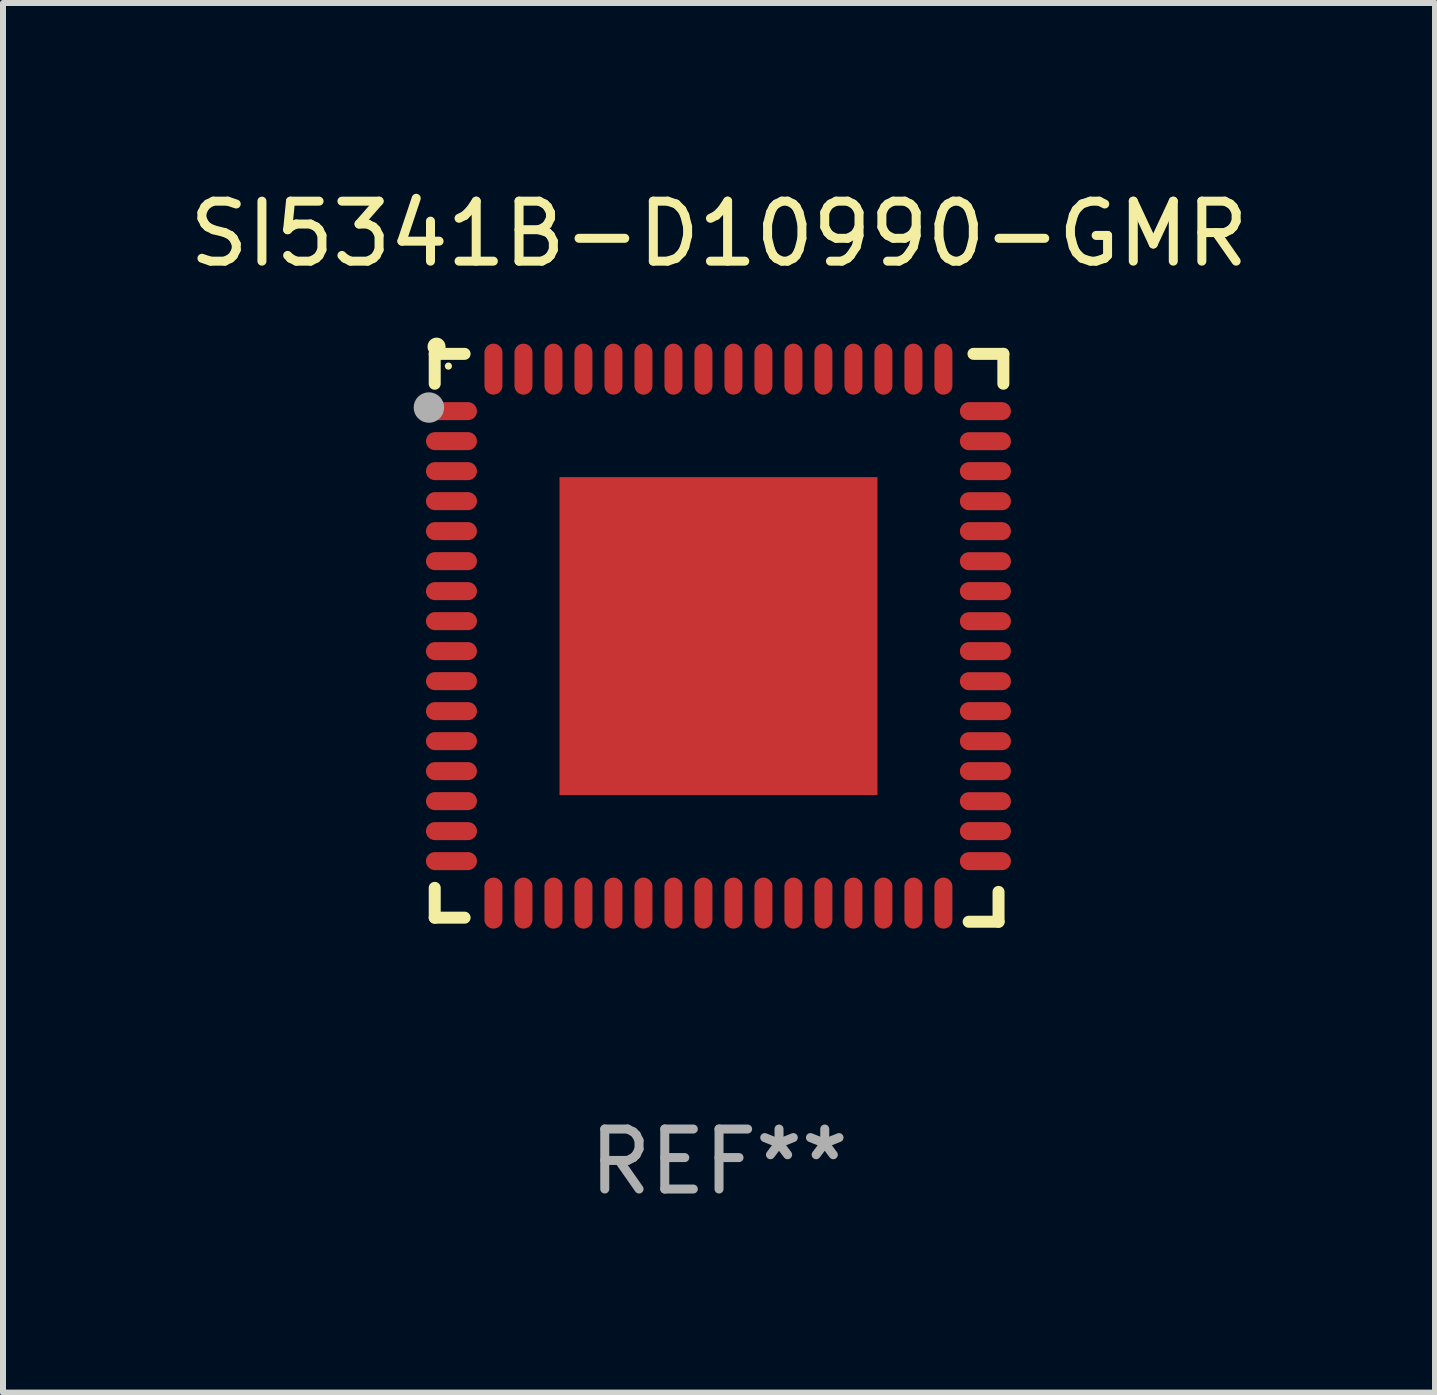
<source format=kicad_pcb>
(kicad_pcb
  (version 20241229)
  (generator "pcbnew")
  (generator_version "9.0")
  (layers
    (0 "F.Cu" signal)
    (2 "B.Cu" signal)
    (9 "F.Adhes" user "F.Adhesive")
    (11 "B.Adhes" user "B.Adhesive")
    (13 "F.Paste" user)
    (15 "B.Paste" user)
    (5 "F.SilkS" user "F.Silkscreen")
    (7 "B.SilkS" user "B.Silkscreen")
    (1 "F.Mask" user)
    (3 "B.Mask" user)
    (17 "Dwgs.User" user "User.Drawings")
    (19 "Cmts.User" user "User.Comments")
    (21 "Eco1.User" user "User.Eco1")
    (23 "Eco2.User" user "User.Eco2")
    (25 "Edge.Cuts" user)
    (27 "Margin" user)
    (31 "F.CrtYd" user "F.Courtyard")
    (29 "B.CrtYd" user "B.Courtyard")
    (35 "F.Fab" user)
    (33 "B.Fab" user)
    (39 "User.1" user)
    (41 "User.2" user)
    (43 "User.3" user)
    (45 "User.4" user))
  (footprint "SI5341B-D10990-GMR"
    (layer "F.Cu")
    (at 8.935 7.581)
    (property "Reference" "SI5341B-D10990-GMR" (at 0 -6.733 0) (layer "F.SilkS") (effects (font (size 1 1) (thickness 0.15))))
    (attr through_hole)
    (fp_line (start -4.739 -4.733) (end -4.241 -4.733) (stroke (width 0.2) (type solid)) (layer "F.SilkS"))
    (fp_line (start -4.739 -4.235) (end -4.739 -4.733) (stroke (width 0.2) (type solid)) (layer "F.SilkS"))
    (fp_line (start -4.739 4.168) (end -4.739 4.665) (stroke (width 0.2) (type solid)) (layer "F.SilkS"))
    (fp_line (start -4.739 4.665) (end -4.241 4.665) (stroke (width 0.2) (type solid)) (layer "F.SilkS"))
    (fp_line (start 4.161 4.733) (end 4.659 4.733) (stroke (width 0.2) (type solid)) (layer "F.SilkS"))
    (fp_line (start 4.241 -4.733) (end 4.739 -4.733) (stroke (width 0.2) (type solid)) (layer "F.SilkS"))
    (fp_line (start 4.659 4.733) (end 4.659 4.235) (stroke (width 0.2) (type solid)) (layer "F.SilkS"))
    (fp_line (start 4.739 -4.733) (end 4.739 -4.235) (stroke (width 0.2) (type solid)) (layer "F.SilkS"))
    (fp_arc (start -4.708623 -4.85108) (mid -4.708628 -4.85235) (end -4.708623 -4.85362) (stroke (width 0.3) (type solid)) (layer "F.SilkS"))
    (fp_circle (center -4.511 -4.529) (end -4.481 -4.529) (stroke (width 0.06) (type solid)) (fill no) (layer "F.SilkS"))
    (fp_circle (center -4.836 -3.838) (end -4.709 -3.838) (stroke (width 0.254) (type solid)) (fill no) (layer "F.Fab"))
    (fp_text user "REF**" (at 0 8.733 0) (layer "F.Fab") (effects (font (size 1 1) (thickness 0.15))))
    (pad "1" smd oval (at -4.46 -3.778) (size 0.85 0.3) (layers "F.Cu" "F.Mask" "F.Paste"))
    (pad "2" smd oval (at -4.46 -3.278) (size 0.85 0.3) (layers "F.Cu" "F.Mask" "F.Paste"))
    (pad "3" smd oval (at -4.46 -2.778) (size 0.85 0.3) (layers "F.Cu" "F.Mask" "F.Paste"))
    (pad "4" smd oval (at -4.46 -2.278) (size 0.85 0.3) (layers "F.Cu" "F.Mask" "F.Paste"))
    (pad "5" smd oval (at -4.46 -1.778) (size 0.85 0.3) (layers "F.Cu" "F.Mask" "F.Paste"))
    (pad "6" smd oval (at -4.46 -1.278) (size 0.85 0.3) (layers "F.Cu" "F.Mask" "F.Paste"))
    (pad "7" smd oval (at -4.46 -0.778) (size 0.85 0.3) (layers "F.Cu" "F.Mask" "F.Paste"))
    (pad "8" smd oval (at -4.46 -0.278) (size 0.85 0.3) (layers "F.Cu" "F.Mask" "F.Paste"))
    (pad "9" smd oval (at -4.46 0.222) (size 0.85 0.3) (layers "F.Cu" "F.Mask" "F.Paste"))
    (pad "10" smd oval (at -4.46 0.722) (size 0.85 0.3) (layers "F.Cu" "F.Mask" "F.Paste"))
    (pad "11" smd oval (at -4.46 1.222) (size 0.85 0.3) (layers "F.Cu" "F.Mask" "F.Paste"))
    (pad "12" smd oval (at -4.46 1.722) (size 0.85 0.3) (layers "F.Cu" "F.Mask" "F.Paste"))
    (pad "13" smd oval (at -4.46 2.222) (size 0.85 0.3) (layers "F.Cu" "F.Mask" "F.Paste"))
    (pad "14" smd oval (at -4.46 2.722) (size 0.85 0.3) (layers "F.Cu" "F.Mask" "F.Paste"))
    (pad "15" smd oval (at -4.46 3.222) (size 0.85 0.3) (layers "F.Cu" "F.Mask" "F.Paste"))
    (pad "16" smd oval (at -4.46 3.722) (size 0.85 0.3) (layers "F.Cu" "F.Mask" "F.Paste"))
    (pad "17" smd oval (at -3.76 4.422) (size 0.3 0.85) (layers "F.Cu" "F.Mask" "F.Paste"))
    (pad "18" smd oval (at -3.26 4.422) (size 0.3 0.85) (layers "F.Cu" "F.Mask" "F.Paste"))
    (pad "19" smd oval (at -2.76 4.422) (size 0.3 0.85) (layers "F.Cu" "F.Mask" "F.Paste"))
    (pad "20" smd oval (at -2.26 4.422) (size 0.3 0.85) (layers "F.Cu" "F.Mask" "F.Paste"))
    (pad "21" smd oval (at -1.76 4.422) (size 0.3 0.85) (layers "F.Cu" "F.Mask" "F.Paste"))
    (pad "22" smd oval (at -1.26 4.422) (size 0.3 0.85) (layers "F.Cu" "F.Mask" "F.Paste"))
    (pad "23" smd oval (at -0.76 4.422) (size 0.3 0.85) (layers "F.Cu" "F.Mask" "F.Paste"))
    (pad "24" smd oval (at -0.26 4.422) (size 0.3 0.85) (layers "F.Cu" "F.Mask" "F.Paste"))
    (pad "25" smd oval (at 0.24 4.422) (size 0.3 0.85) (layers "F.Cu" "F.Mask" "F.Paste"))
    (pad "26" smd oval (at 0.74 4.422) (size 0.3 0.85) (layers "F.Cu" "F.Mask" "F.Paste"))
    (pad "27" smd oval (at 1.24 4.422) (size 0.3 0.85) (layers "F.Cu" "F.Mask" "F.Paste"))
    (pad "28" smd oval (at 1.74 4.422) (size 0.3 0.85) (layers "F.Cu" "F.Mask" "F.Paste"))
    (pad "29" smd oval (at 2.24 4.422) (size 0.3 0.85) (layers "F.Cu" "F.Mask" "F.Paste"))
    (pad "30" smd oval (at 2.74 4.422) (size 0.3 0.85) (layers "F.Cu" "F.Mask" "F.Paste"))
    (pad "31" smd oval (at 3.24 4.422) (size 0.3 0.85) (layers "F.Cu" "F.Mask" "F.Paste"))
    (pad "32" smd oval (at 3.74 4.422) (size 0.3 0.85) (layers "F.Cu" "F.Mask" "F.Paste"))
    (pad "33" smd oval (at 4.44 3.723) (size 0.85 0.3) (layers "F.Cu" "F.Mask" "F.Paste"))
    (pad "34" smd oval (at 4.44 3.222) (size 0.85 0.3) (layers "F.Cu" "F.Mask" "F.Paste"))
    (pad "35" smd oval (at 4.44 2.723) (size 0.85 0.3) (layers "F.Cu" "F.Mask" "F.Paste"))
    (pad "36" smd oval (at 4.44 2.222) (size 0.85 0.3) (layers "F.Cu" "F.Mask" "F.Paste"))
    (pad "37" smd oval (at 4.44 1.723) (size 0.85 0.3) (layers "F.Cu" "F.Mask" "F.Paste"))
    (pad "38" smd oval (at 4.44 1.222) (size 0.85 0.3) (layers "F.Cu" "F.Mask" "F.Paste"))
    (pad "39" smd oval (at 4.44 0.723) (size 0.85 0.3) (layers "F.Cu" "F.Mask" "F.Paste"))
    (pad "40" smd oval (at 4.44 0.222) (size 0.85 0.3) (layers "F.Cu" "F.Mask" "F.Paste"))
    (pad "41" smd oval (at 4.44 -0.277) (size 0.85 0.3) (layers "F.Cu" "F.Mask" "F.Paste"))
    (pad "42" smd oval (at 4.44 -0.778) (size 0.85 0.3) (layers "F.Cu" "F.Mask" "F.Paste"))
    (pad "43" smd oval (at 4.44 -1.277) (size 0.85 0.3) (layers "F.Cu" "F.Mask" "F.Paste"))
    (pad "44" smd oval (at 4.44 -1.778) (size 0.85 0.3) (layers "F.Cu" "F.Mask" "F.Paste"))
    (pad "45" smd oval (at 4.44 -2.277) (size 0.85 0.3) (layers "F.Cu" "F.Mask" "F.Paste"))
    (pad "46" smd oval (at 4.44 -2.778) (size 0.85 0.3) (layers "F.Cu" "F.Mask" "F.Paste"))
    (pad "47" smd oval (at 4.44 -3.277) (size 0.85 0.3) (layers "F.Cu" "F.Mask" "F.Paste"))
    (pad "48" smd oval (at 4.44 -3.778) (size 0.85 0.3) (layers "F.Cu" "F.Mask" "F.Paste"))
    (pad "49" smd oval (at 3.74 -4.478) (size 0.3 0.85) (layers "F.Cu" "F.Mask" "F.Paste"))
    (pad "50" smd oval (at 3.24 -4.478) (size 0.3 0.85) (layers "F.Cu" "F.Mask" "F.Paste"))
    (pad "51" smd oval (at 2.74 -4.478) (size 0.3 0.85) (layers "F.Cu" "F.Mask" "F.Paste"))
    (pad "52" smd oval (at 2.24 -4.478) (size 0.3 0.85) (layers "F.Cu" "F.Mask" "F.Paste"))
    (pad "53" smd oval (at 1.74 -4.478) (size 0.3 0.85) (layers "F.Cu" "F.Mask" "F.Paste"))
    (pad "54" smd oval (at 1.24 -4.478) (size 0.3 0.85) (layers "F.Cu" "F.Mask" "F.Paste"))
    (pad "55" smd oval (at 0.74 -4.478) (size 0.3 0.85) (layers "F.Cu" "F.Mask" "F.Paste"))
    (pad "56" smd oval (at 0.24 -4.478) (size 0.3 0.85) (layers "F.Cu" "F.Mask" "F.Paste"))
    (pad "57" smd oval (at -0.26 -4.478) (size 0.3 0.85) (layers "F.Cu" "F.Mask" "F.Paste"))
    (pad "58" smd oval (at -0.76 -4.478) (size 0.3 0.85) (layers "F.Cu" "F.Mask" "F.Paste"))
    (pad "59" smd oval (at -1.26 -4.478) (size 0.3 0.85) (layers "F.Cu" "F.Mask" "F.Paste"))
    (pad "60" smd oval (at -1.76 -4.478) (size 0.3 0.85) (layers "F.Cu" "F.Mask" "F.Paste"))
    (pad "61" smd oval (at -2.26 -4.478) (size 0.3 0.85) (layers "F.Cu" "F.Mask" "F.Paste"))
    (pad "62" smd oval (at -2.76 -4.478) (size 0.3 0.85) (layers "F.Cu" "F.Mask" "F.Paste"))
    (pad "63" smd oval (at -3.26 -4.478) (size 0.3 0.85) (layers "F.Cu" "F.Mask" "F.Paste"))
    (pad "64" smd oval (at -3.76 -4.478) (size 0.3 0.85) (layers "F.Cu" "F.Mask" "F.Paste"))
    (pad "65" smd rect (at -0.009 -0.028 90) (size 5.3 5.3) (layers "F.Cu" "F.Mask" "F.Paste")))
  (gr_rect
    (start -3 -3)
    (end 20.869 20.162)
    (stroke (width 0.1) (type default))
    (fill no)
    (layer "Edge.Cuts")))
</source>
